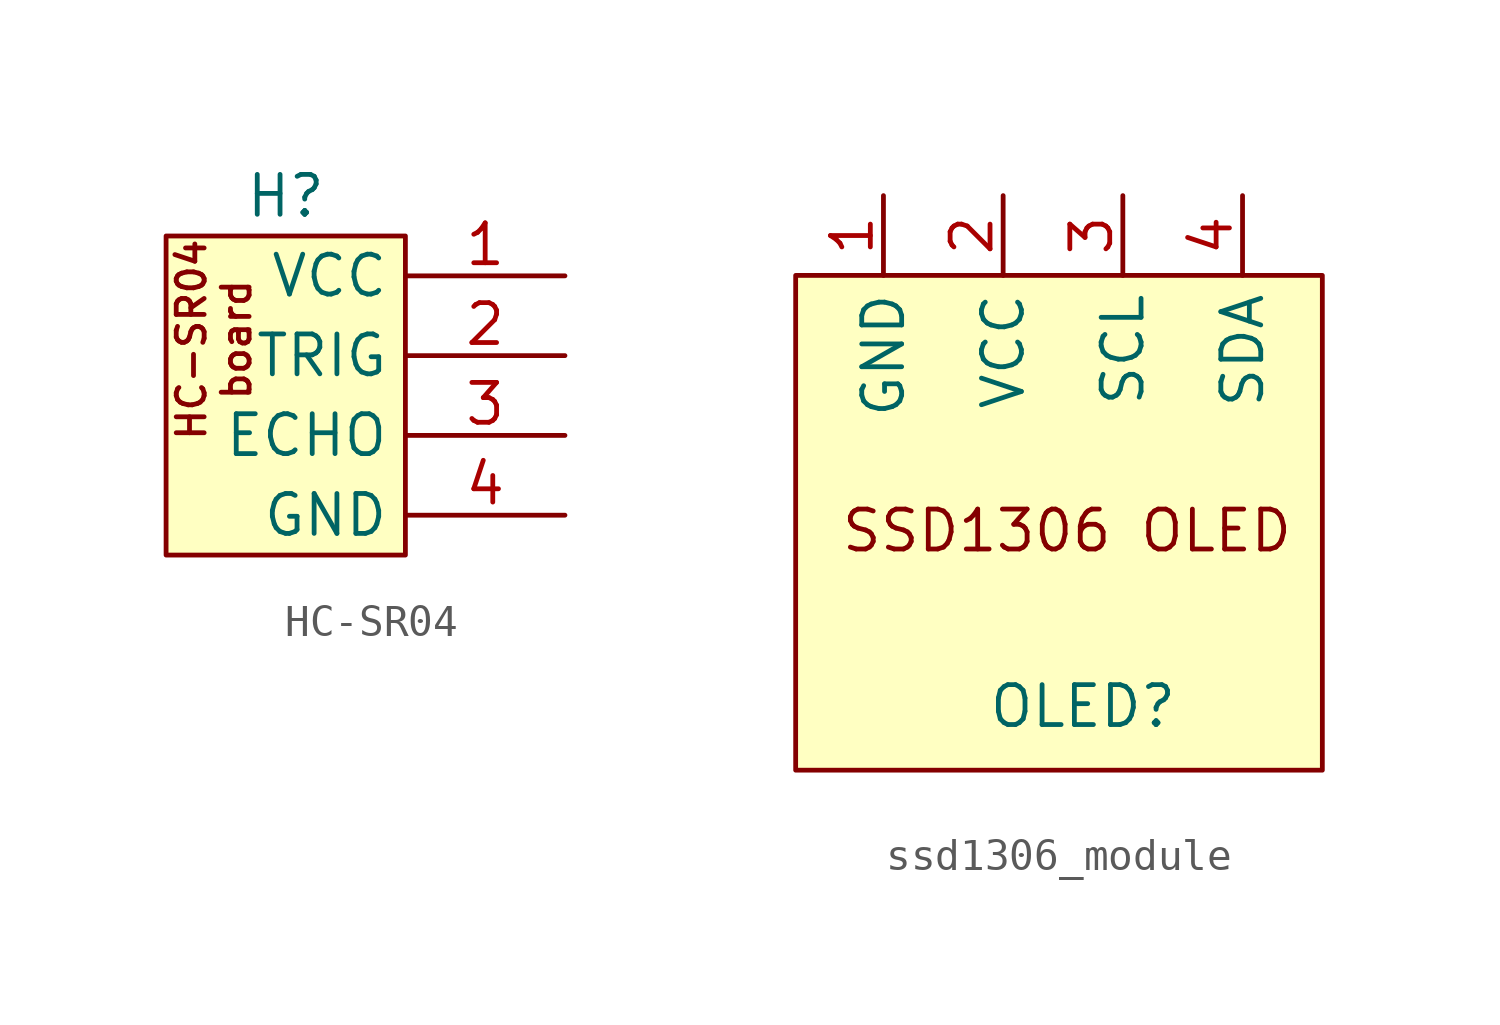
<source format=kicad_sym>
(kicad_symbol_lib
  (version 20231120)
  (generator "kicad_symbol_editor")
  (generator_version "8.0")
  (symbol "HC-SR04"
    (property "Reference" "H"
      (at 0 0 0)
      (effects (font (size 1.27 1.27))))
    (property "Value" ""
      (at 0 0 0)
      (effects (font (size 1.27 1.27))))
    (symbol "HC-SR04_0_1"
      (rectangle (start -3.81 -1.27) (end 3.81 -11.43) (stroke (width 0) (type solid)) (fill (type background))))
    (symbol "HC-SR04_1_1"
      (text "HC-SR04\nboard" (at -2.286 -4.572 900) (effects (font (size 0.889 0.889))))
      (pin power_in line (at 8.89 -2.54 180) (length 5.08) (name "VCC" (effects (font (size 1.27 1.27)))) (number "1" (effects (font (size 1.27 1.27)))))
      (pin input line (at 8.89 -5.08 180) (length 5.08) (name "TRIG" (effects (font (size 1.27 1.27)))) (number "2" (effects (font (size 1.27 1.27)))))
      (pin output line (at 8.89 -7.62 180) (length 5.08) (name "ECHO" (effects (font (size 1.27 1.27)))) (number "3" (effects (font (size 1.27 1.27)))))
      (pin passive line (at 8.89 -10.16 180) (length 5.08) (name "GND" (effects (font (size 1.27 1.27)))) (number "4" (effects (font (size 1.27 1.27)))))))
  (symbol "ssd1306_module"
    (property "Reference" "OLED"
      (at 0 -7.366 0)
      (effects (font (size 1.27 1.27))))
    (property "Value" ""
      (at 0 0 0)
      (effects (font (size 1.27 1.27))))
    (symbol "ssd1306_module_0_1"
      (rectangle (start -9.144 6.35) (end 7.62 -9.398) (stroke (width 0) (type default)) (fill (type background))))
    (symbol "ssd1306_module_1_1"
      (text "SSD1306 OLED" (at -0.508 -1.778 0) (effects (font (size 1.27 1.27))))
      (pin passive line (at -6.35 8.89 270) (length 2.54) (name "GND" (effects (font (size 1.27 1.27)))) (number "1" (effects (font (size 1.27 1.27)))))
      (pin power_in line (at -2.54 8.89 270) (length 2.54) (name "VCC" (effects (font (size 1.27 1.27)))) (number "2" (effects (font (size 1.27 1.27)))))
      (pin input line (at 1.27 8.89 270) (length 2.54) (name "SCL" (effects (font (size 1.27 1.27)))) (number "3" (effects (font (size 1.27 1.27)))))
      (pin input line (at 5.08 8.89 270) (length 2.54) (name "SDA" (effects (font (size 1.27 1.27)))) (number "4" (effects (font (size 1.27 1.27))))))))
</source>
